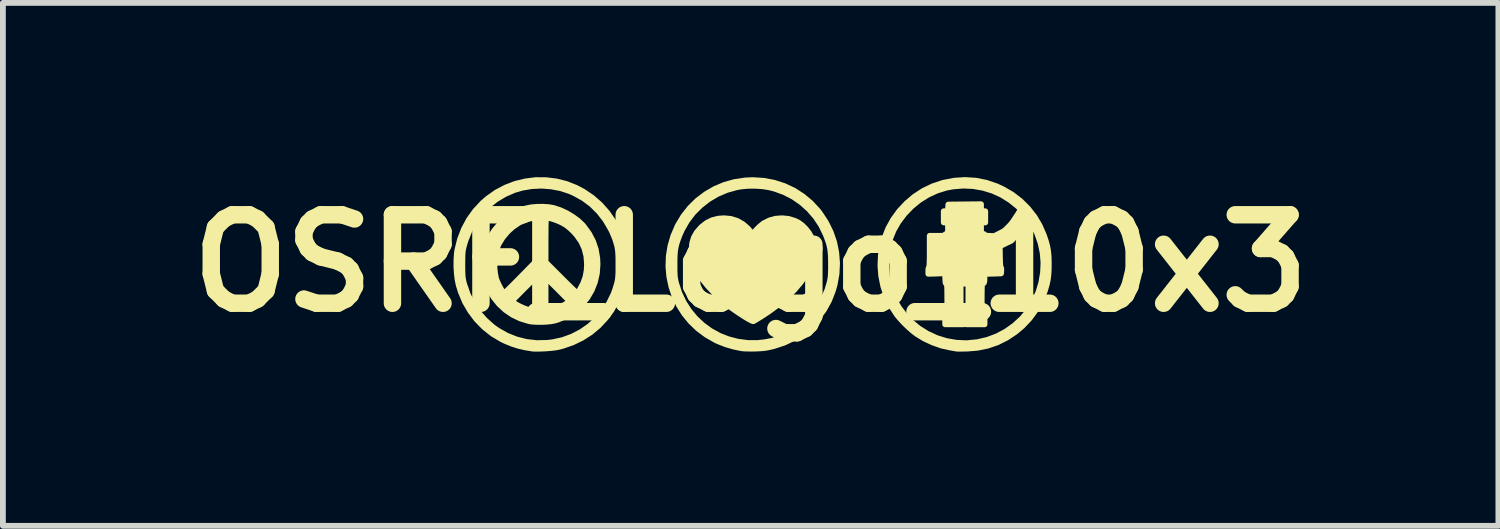
<source format=kicad_pcb>
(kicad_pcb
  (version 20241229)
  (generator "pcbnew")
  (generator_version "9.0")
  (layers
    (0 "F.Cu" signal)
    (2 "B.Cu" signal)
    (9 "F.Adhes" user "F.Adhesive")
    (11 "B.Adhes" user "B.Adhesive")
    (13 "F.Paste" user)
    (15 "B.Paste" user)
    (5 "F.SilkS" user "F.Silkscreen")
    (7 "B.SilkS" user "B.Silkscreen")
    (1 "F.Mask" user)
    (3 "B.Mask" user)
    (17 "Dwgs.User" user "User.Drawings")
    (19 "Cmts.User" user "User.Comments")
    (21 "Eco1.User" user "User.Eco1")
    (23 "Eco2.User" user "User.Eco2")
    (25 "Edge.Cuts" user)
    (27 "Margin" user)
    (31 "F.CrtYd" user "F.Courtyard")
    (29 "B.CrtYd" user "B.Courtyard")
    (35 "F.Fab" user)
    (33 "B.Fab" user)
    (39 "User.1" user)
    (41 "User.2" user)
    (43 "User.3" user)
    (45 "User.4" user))
  (footprint "OSRF_Logo_10x3"
    (layer "F.Cu")
    (at 9.877 1.483)
    (property "Reference" "OSRF_Logo_10x3" (at 0 0 0) (layer "F.SilkS") (effects (font (size 1.524 1.524) (thickness 0.3))))
    (attr through_hole)
    (fp_poly (pts (xy 1.086 -0.266) (xy 1.086 -0.174) (xy 1.075 -0.092) (xy 1.052 -0.009) (xy 1.023 0.063) (xy 0.955 0.194) (xy 0.863 0.327) (xy 0.751 0.459) (xy 0.618 0.59) (xy 0.467 0.717) (xy 0.299 0.84) (xy 0.182 0.917) (xy 0.133 0.947) (xy 0.09 0.973) (xy 0.06 0.991) (xy 0.045 0.998) (xy 0.03 0.994) (xy -0.002 0.979) (xy -0.044 0.956) (xy -0.094 0.926) (xy -0.1 0.922) (xy -0.227 0.84) (xy -0.336 0.763) (xy -0.435 0.686) (xy -0.529 0.605) (xy -0.617 0.52) (xy -0.74 0.388) (xy -0.84 0.261) (xy -0.917 0.136) (xy -0.972 0.014) (xy -1.005 -0.107) (xy -1.016 -0.228) (xy -1.016 -0.233) (xy -1.007 -0.343) (xy -0.978 -0.441) (xy -0.928 -0.53) (xy -0.855 -0.614) (xy -0.844 -0.625) (xy -0.756 -0.694) (xy -0.661 -0.741) (xy -0.557 -0.767) (xy -0.459 -0.774) (xy -0.342 -0.763) (xy -0.233 -0.729) (xy -0.134 -0.673) (xy -0.046 -0.596) (xy 0.016 -0.52) (xy 0.032 -0.5) (xy 0.041 -0.499) (xy 0.051 -0.514) (xy 0.077 -0.55) (xy 0.117 -0.593) (xy 0.162 -0.637) (xy 0.208 -0.674) (xy 0.231 -0.69) (xy 0.327 -0.738) (xy 0.432 -0.766) (xy 0.542 -0.774) (xy 0.652 -0.763) (xy 0.758 -0.731) (xy 0.825 -0.698) (xy 0.886 -0.653) (xy 0.947 -0.593) (xy 1.001 -0.524) (xy 1.042 -0.453) (xy 1.043 -0.451) (xy 1.065 -0.4) (xy 1.077 -0.354) (xy 1.084 -0.301) (xy 1.086 -0.266)) (stroke (width 0.1) (type solid)) (fill yes) (layer "F.SilkS"))
    (fp_poly (pts (xy 5.134 0.012) (xy 5.133 0.116) (xy 5.127 0.204) (xy 5.117 0.283) (xy 5.1 0.361) (xy 5.076 0.445) (xy 5.067 0.474) (xy 5.043 0.535) (xy 5.043 -0.009) (xy 5.029 -0.181) (xy 4.993 -0.349) (xy 4.936 -0.512) (xy 4.918 -0.55) (xy 4.83 -0.709) (xy 4.725 -0.852) (xy 4.604 -0.979) (xy 4.47 -1.087) (xy 4.324 -1.178) (xy 4.168 -1.249) (xy 4.004 -1.299) (xy 3.834 -1.329) (xy 3.659 -1.337) (xy 3.481 -1.322) (xy 3.369 -1.301) (xy 3.207 -1.251) (xy 3.051 -1.179) (xy 2.904 -1.087) (xy 2.769 -0.977) (xy 2.648 -0.851) (xy 2.542 -0.71) (xy 2.463 -0.572) (xy 2.404 -0.428) (xy 2.362 -0.272) (xy 2.338 -0.109) (xy 2.333 0.058) (xy 2.346 0.223) (xy 2.378 0.383) (xy 2.4 0.457) (xy 2.468 0.619) (xy 2.557 0.772) (xy 2.666 0.913) (xy 2.754 1.005) (xy 2.891 1.12) (xy 3.041 1.214) (xy 3.201 1.288) (xy 3.368 1.34) (xy 3.542 1.37) (xy 3.719 1.378) (xy 3.898 1.361) (xy 3.906 1.36) (xy 4.078 1.32) (xy 4.244 1.258) (xy 4.4 1.175) (xy 4.544 1.072) (xy 4.675 0.952) (xy 4.788 0.816) (xy 4.794 0.807) (xy 4.885 0.659) (xy 4.956 0.5) (xy 5.006 0.335) (xy 5.035 0.164) (xy 5.043 -0.009) (xy 5.043 0.535) (xy 5 0.643) (xy 4.911 0.802) (xy 4.803 0.95) (xy 4.677 1.083) (xy 4.562 1.18) (xy 4.407 1.283) (xy 4.247 1.363) (xy 4.08 1.42) (xy 3.905 1.456) (xy 3.731 1.47) (xy 3.669 1.471) (xy 3.614 1.472) (xy 3.571 1.472) (xy 3.547 1.471) (xy 3.544 1.47) (xy 3.524 1.466) (xy 3.487 1.46) (xy 3.441 1.452) (xy 3.435 1.451) (xy 3.288 1.418) (xy 3.137 1.365) (xy 2.991 1.297) (xy 2.866 1.221) (xy 2.798 1.17) (xy 2.723 1.104) (xy 2.647 1.031) (xy 2.577 0.956) (xy 2.519 0.886) (xy 2.517 0.883) (xy 2.419 0.731) (xy 2.341 0.569) (xy 2.285 0.398) (xy 2.249 0.221) (xy 2.235 0.041) (xy 2.243 -0.14) (xy 2.274 -0.32) (xy 2.305 -0.432) (xy 2.371 -0.599) (xy 2.458 -0.756) (xy 2.564 -0.901) (xy 2.687 -1.032) (xy 2.824 -1.148) (xy 2.974 -1.246) (xy 3.136 -1.324) (xy 3.306 -1.381) (xy 3.319 -1.385) (xy 3.508 -1.421) (xy 3.694 -1.433) (xy 3.877 -1.421) (xy 4.057 -1.385) (xy 4.234 -1.325) (xy 4.342 -1.275) (xy 4.5 -1.183) (xy 4.645 -1.072) (xy 4.774 -0.944) (xy 4.886 -0.801) (xy 4.978 -0.646) (xy 5.05 -0.48) (xy 5.053 -0.472) (xy 5.085 -0.375) (xy 5.108 -0.29) (xy 5.122 -0.209) (xy 5.131 -0.123) (xy 5.134 -0.024) (xy 5.134 0.012)) (stroke (width 0.1) (type solid)) (fill yes) (layer "F.SilkS"))
    (fp_poly (pts (xy -2.165 -0.033) (xy -2.17 0.149) (xy -2.197 0.325) (xy -2.244 0.495) (xy -2.264 0.542) (xy -2.264 -0.001) (xy -2.265 -0.041) (xy -2.276 -0.178) (xy -2.298 -0.3) (xy -2.333 -0.418) (xy -2.383 -0.538) (xy -2.407 -0.587) (xy -2.5 -0.746) (xy -2.61 -0.888) (xy -2.736 -1.013) (xy -2.878 -1.119) (xy -3.037 -1.207) (xy -3.113 -1.241) (xy -3.268 -1.292) (xy -3.433 -1.323) (xy -3.603 -1.336) (xy -3.772 -1.328) (xy -3.937 -1.3) (xy -4.068 -1.262) (xy -4.234 -1.19) (xy -4.388 -1.098) (xy -4.527 -0.987) (xy -4.65 -0.86) (xy -4.756 -0.718) (xy -4.843 -0.562) (xy -4.911 -0.393) (xy -4.936 -0.308) (xy -4.947 -0.266) (xy -4.955 -0.227) (xy -4.96 -0.186) (xy -4.963 -0.138) (xy -4.964 -0.077) (xy -4.965 0.001) (xy -4.965 0.024) (xy -4.965 0.106) (xy -4.963 0.168) (xy -4.961 0.217) (xy -4.956 0.258) (xy -4.95 0.296) (xy -4.94 0.337) (xy -4.931 0.369) (xy -4.872 0.538) (xy -4.792 0.698) (xy -4.693 0.846) (xy -4.576 0.979) (xy -4.444 1.097) (xy -4.358 1.158) (xy -4.2 1.247) (xy -4.034 1.313) (xy -3.862 1.356) (xy -3.685 1.376) (xy -3.503 1.372) (xy -3.408 1.361) (xy -3.235 1.323) (xy -3.071 1.263) (xy -2.917 1.183) (xy -2.775 1.084) (xy -2.647 0.968) (xy -2.534 0.836) (xy -2.438 0.69) (xy -2.36 0.531) (xy -2.33 0.448) (xy -2.297 0.335) (xy -2.276 0.229) (xy -2.265 0.12) (xy -2.264 -0.001) (xy -2.264 0.542) (xy -2.312 0.656) (xy -2.397 0.808) (xy -2.501 0.948) (xy -2.62 1.076) (xy -2.755 1.189) (xy -2.905 1.285) (xy -3.067 1.364) (xy -3.241 1.424) (xy -3.332 1.446) (xy -3.38 1.453) (xy -3.442 1.46) (xy -3.513 1.466) (xy -3.585 1.47) (xy -3.654 1.472) (xy -3.713 1.472) (xy -3.755 1.47) (xy -3.762 1.469) (xy -3.789 1.464) (xy -3.831 1.457) (xy -3.877 1.45) (xy -3.985 1.426) (xy -4.102 1.389) (xy -4.218 1.342) (xy -4.285 1.31) (xy -4.444 1.215) (xy -4.588 1.101) (xy -4.716 0.97) (xy -4.827 0.823) (xy -4.92 0.663) (xy -4.992 0.49) (xy -5.027 0.377) (xy -5.047 0.282) (xy -5.06 0.172) (xy -5.067 0.054) (xy -5.066 -0.062) (xy -5.059 -0.168) (xy -5.051 -0.224) (xy -5.005 -0.41) (xy -4.938 -0.585) (xy -4.851 -0.748) (xy -4.744 -0.898) (xy -4.618 -1.034) (xy -4.529 -1.112) (xy -4.379 -1.218) (xy -4.218 -1.303) (xy -4.051 -1.367) (xy -3.877 -1.409) (xy -3.7 -1.431) (xy -3.523 -1.43) (xy -3.346 -1.408) (xy -3.172 -1.364) (xy -3.004 -1.297) (xy -2.887 -1.235) (xy -2.731 -1.13) (xy -2.592 -1.008) (xy -2.47 -0.871) (xy -2.367 -0.721) (xy -2.284 -0.559) (xy -2.222 -0.387) (xy -2.184 -0.217) (xy -2.165 -0.033)) (stroke (width 0.1) (type solid)) (fill yes) (layer "F.SilkS"))
    (fp_poly (pts (xy 1.488 -0.001) (xy 1.479 0.183) (xy 1.446 0.368) (xy 1.415 0.475) (xy 1.384 0.555) (xy 1.384 0.012) (xy 1.383 -0.087) (xy 1.379 -0.168) (xy 1.371 -0.238) (xy 1.359 -0.302) (xy 1.341 -0.366) (xy 1.315 -0.437) (xy 1.294 -0.492) (xy 1.218 -0.65) (xy 1.122 -0.796) (xy 1.008 -0.928) (xy 0.879 -1.044) (xy 0.735 -1.144) (xy 0.579 -1.224) (xy 0.412 -1.285) (xy 0.314 -1.309) (xy 0.204 -1.326) (xy 0.08 -1.334) (xy -0.047 -1.333) (xy -0.168 -1.322) (xy -0.242 -1.309) (xy -0.413 -1.261) (xy -0.575 -1.192) (xy -0.727 -1.102) (xy -0.864 -0.995) (xy -0.988 -0.872) (xy -1.094 -0.734) (xy -1.181 -0.582) (xy -1.222 -0.492) (xy -1.252 -0.413) (xy -1.275 -0.344) (xy -1.291 -0.281) (xy -1.302 -0.216) (xy -1.308 -0.143) (xy -1.311 -0.056) (xy -1.311 0.012) (xy -1.311 0.097) (xy -1.31 0.163) (xy -1.307 0.215) (xy -1.302 0.258) (xy -1.295 0.298) (xy -1.286 0.34) (xy -1.23 0.512) (xy -1.155 0.671) (xy -1.062 0.817) (xy -0.953 0.949) (xy -0.829 1.065) (xy -0.692 1.165) (xy -0.544 1.247) (xy -0.386 1.309) (xy -0.221 1.352) (xy -0.049 1.374) (xy 0.127 1.374) (xy 0.242 1.361) (xy 0.37 1.337) (xy 0.487 1.301) (xy 0.605 1.252) (xy 0.637 1.237) (xy 0.789 1.149) (xy 0.929 1.041) (xy 1.053 0.917) (xy 1.161 0.777) (xy 1.251 0.624) (xy 1.322 0.461) (xy 1.358 0.34) (xy 1.368 0.298) (xy 1.375 0.258) (xy 1.38 0.214) (xy 1.382 0.162) (xy 1.384 0.096) (xy 1.384 0.012) (xy 1.384 0.555) (xy 1.349 0.644) (xy 1.262 0.801) (xy 1.155 0.946) (xy 1.032 1.077) (xy 0.894 1.192) (xy 0.742 1.289) (xy 0.577 1.368) (xy 0.403 1.425) (xy 0.393 1.428) (xy 0.317 1.446) (xy 0.25 1.458) (xy 0.182 1.465) (xy 0.101 1.469) (xy 0.085 1.47) (xy 0.016 1.471) (xy -0.051 1.47) (xy -0.11 1.468) (xy -0.152 1.464) (xy -0.154 1.464) (xy -0.286 1.437) (xy -0.424 1.397) (xy -0.557 1.345) (xy -0.6 1.325) (xy -0.761 1.233) (xy -0.905 1.126) (xy -1.033 1.003) (xy -1.144 0.867) (xy -1.236 0.72) (xy -1.311 0.563) (xy -1.365 0.4) (xy -1.401 0.23) (xy -1.416 0.057) (xy -1.41 -0.118) (xy -1.382 -0.294) (xy -1.332 -0.467) (xy -1.259 -0.637) (xy -1.252 -0.652) (xy -1.156 -0.811) (xy -1.043 -0.954) (xy -0.914 -1.081) (xy -0.771 -1.189) (xy -0.616 -1.279) (xy -0.45 -1.349) (xy -0.275 -1.398) (xy -0.092 -1.425) (xy 0.036 -1.431) (xy 0.224 -1.419) (xy 0.405 -1.385) (xy 0.578 -1.329) (xy 0.742 -1.252) (xy 0.894 -1.154) (xy 1.034 -1.038) (xy 1.159 -0.903) (xy 1.192 -0.86) (xy 1.296 -0.702) (xy 1.378 -0.536) (xy 1.438 -0.362) (xy 1.474 -0.183) (xy 1.488 -0.001)) (stroke (width 0.1) (type solid)) (fill yes) (layer "F.SilkS"))
    (fp_poly (pts (xy -2.637 0.018) (xy -2.648 0.174) (xy -2.682 0.324) (xy -2.738 0.465) (xy -2.814 0.595) (xy -2.818 0.6) (xy -2.818 0.012) (xy -2.829 -0.126) (xy -2.862 -0.255) (xy -2.917 -0.375) (xy -2.996 -0.487) (xy -3.054 -0.551) (xy -3.117 -0.61) (xy -3.174 -0.655) (xy -3.236 -0.692) (xy -3.249 -0.699) (xy -3.307 -0.726) (xy -3.37 -0.75) (xy -3.432 -0.77) (xy -3.485 -0.782) (xy -3.517 -0.786) (xy -3.521 -0.781) (xy -3.525 -0.764) (xy -3.527 -0.734) (xy -3.529 -0.688) (xy -3.531 -0.625) (xy -3.531 -0.542) (xy -3.532 -0.437) (xy -3.532 -0.402) (xy -3.532 -0.018) (xy -3.263 0.251) (xy -3.197 0.317) (xy -3.136 0.377) (xy -3.083 0.429) (xy -3.039 0.471) (xy -3.008 0.502) (xy -2.99 0.518) (xy -2.987 0.52) (xy -2.978 0.511) (xy -2.961 0.486) (xy -2.94 0.454) (xy -2.882 0.344) (xy -2.844 0.236) (xy -2.823 0.121) (xy -2.818 0.012) (xy -2.818 0.6) (xy -2.91 0.713) (xy -3.002 0.798) (xy -3.068 0.845) (xy -3.115 0.872) (xy -3.115 0.654) (xy -3.323 0.445) (xy -3.532 0.236) (xy -3.532 0.529) (xy -3.532 0.822) (xy -3.505 0.822) (xy -3.478 0.819) (xy -3.438 0.811) (xy -3.411 0.805) (xy -3.36 0.788) (xy -3.301 0.763) (xy -3.24 0.734) (xy -3.185 0.705) (xy -3.146 0.679) (xy -3.145 0.678) (xy -3.115 0.654) (xy -3.115 0.872) (xy -3.148 0.892) (xy -3.235 0.935) (xy -3.318 0.97) (xy -3.369 0.986) (xy -3.434 0.999) (xy -3.514 1.007) (xy -3.602 1.011) (xy -3.689 1.01) (xy -3.713 1.009) (xy -3.713 0.822) (xy -3.713 0.535) (xy -3.713 0.248) (xy -3.713 -0.013) (xy -3.713 -0.401) (xy -3.713 -0.789) (xy -3.759 -0.78) (xy -3.881 -0.748) (xy -3.993 -0.697) (xy -4.098 -0.625) (xy -4.18 -0.551) (xy -4.271 -0.444) (xy -4.341 -0.329) (xy -4.389 -0.207) (xy -4.398 -0.174) (xy -4.409 -0.1) (xy -4.414 -0.013) (xy -4.412 0.079) (xy -4.403 0.168) (xy -4.389 0.246) (xy -4.38 0.278) (xy -4.363 0.32) (xy -4.341 0.368) (xy -4.316 0.417) (xy -4.291 0.461) (xy -4.269 0.496) (xy -4.252 0.517) (xy -4.246 0.52) (xy -4.236 0.512) (xy -4.21 0.488) (xy -4.172 0.451) (xy -4.124 0.404) (xy -4.067 0.347) (xy -4.004 0.283) (xy -3.975 0.254) (xy -3.713 -0.013) (xy -3.713 0.248) (xy -3.916 0.451) (xy -4.118 0.654) (xy -4.088 0.677) (xy -4.035 0.713) (xy -3.97 0.747) (xy -3.9 0.778) (xy -3.831 0.803) (xy -3.771 0.818) (xy -3.74 0.822) (xy -3.713 0.822) (xy -3.713 1.009) (xy -3.767 1.005) (xy -3.816 0.997) (xy -3.964 0.952) (xy -4.1 0.887) (xy -4.223 0.803) (xy -4.332 0.702) (xy -4.425 0.586) (xy -4.5 0.456) (xy -4.556 0.315) (xy -4.591 0.163) (xy -4.596 0.126) (xy -4.602 -0.022) (xy -4.586 -0.166) (xy -4.548 -0.306) (xy -4.491 -0.438) (xy -4.415 -0.561) (xy -4.322 -0.672) (xy -4.214 -0.769) (xy -4.093 -0.851) (xy -3.958 -0.914) (xy -3.864 -0.945) (xy -3.779 -0.962) (xy -3.681 -0.971) (xy -3.579 -0.972) (xy -3.482 -0.966) (xy -3.398 -0.952) (xy -3.393 -0.95) (xy -3.282 -0.914) (xy -3.17 -0.862) (xy -3.063 -0.798) (xy -2.967 -0.727) (xy -2.888 -0.651) (xy -2.877 -0.637) (xy -2.784 -0.51) (xy -2.714 -0.376) (xy -2.667 -0.236) (xy -2.642 -0.087) (xy -2.637 0.018)) (stroke (width 0.1) (type solid)) (fill yes) (layer "F.SilkS"))
    (fp_poly (pts (xy 4.316 0.112) (xy 4.316 0.124) (xy 4.312 0.175) (xy 4.2 0.179) (xy 4.088 0.182) (xy 4.088 0.127) (xy 4.091 0.095) (xy 4.097 0.075) (xy 4.1 0.073) (xy 4.105 0.061) (xy 4.109 0.028) (xy 4.112 -0.025) (xy 4.112 -0.085) (xy 4.112 -0.242) (xy 4.07 -0.242) (xy 4.028 -0.242) (xy 4.028 0.05) (xy 4.028 0.141) (xy 4.027 0.211) (xy 4.026 0.263) (xy 4.025 0.299) (xy 4.022 0.322) (xy 4.018 0.336) (xy 4.012 0.343) (xy 4.005 0.347) (xy 4.004 0.347) (xy 3.996 0.35) (xy 3.99 0.357) (xy 3.985 0.37) (xy 3.982 0.393) (xy 3.981 0.428) (xy 3.98 0.479) (xy 3.979 0.549) (xy 3.979 0.618) (xy 3.979 0.705) (xy 3.98 0.77) (xy 3.981 0.817) (xy 3.983 0.849) (xy 3.986 0.868) (xy 3.99 0.878) (xy 3.997 0.882) (xy 4.004 0.883) (xy 4.016 0.885) (xy 4.024 0.896) (xy 4.027 0.919) (xy 4.028 0.961) (xy 4.028 0.968) (xy 4.028 1.052) (xy 3.87 1.052) (xy 3.713 1.052) (xy 3.713 0.968) (xy 3.714 0.922) (xy 3.718 0.895) (xy 3.726 0.884) (xy 3.731 0.883) (xy 3.737 0.88) (xy 3.742 0.87) (xy 3.745 0.849) (xy 3.747 0.815) (xy 3.749 0.765) (xy 3.749 0.695) (xy 3.75 0.617) (xy 3.75 0.351) (xy 3.683 0.351) (xy 3.616 0.351) (xy 3.616 0.617) (xy 3.617 0.704) (xy 3.617 0.769) (xy 3.618 0.816) (xy 3.62 0.848) (xy 3.623 0.868) (xy 3.627 0.878) (xy 3.634 0.882) (xy 3.641 0.883) (xy 3.653 0.885) (xy 3.661 0.896) (xy 3.664 0.919) (xy 3.665 0.961) (xy 3.665 0.968) (xy 3.665 1.052) (xy 3.508 1.052) (xy 3.35 1.052) (xy 3.35 0.968) (xy 3.351 0.922) (xy 3.355 0.895) (xy 3.363 0.884) (xy 3.369 0.883) (xy 3.375 0.88) (xy 3.379 0.87) (xy 3.382 0.849) (xy 3.385 0.815) (xy 3.386 0.765) (xy 3.387 0.695) (xy 3.387 0.617) (xy 3.386 0.529) (xy 3.386 0.462) (xy 3.384 0.414) (xy 3.382 0.382) (xy 3.379 0.362) (xy 3.374 0.353) (xy 3.369 0.351) (xy 3.363 0.348) (xy 3.358 0.338) (xy 3.355 0.318) (xy 3.353 0.285) (xy 3.351 0.237) (xy 3.351 0.171) (xy 3.35 0.084) (xy 3.35 0.054) (xy 3.35 -0.242) (xy 3.308 -0.242) (xy 3.266 -0.242) (xy 3.266 -0.085) (xy 3.267 -0.012) (xy 3.27 0.039) (xy 3.274 0.067) (xy 3.279 0.073) (xy 3.286 0.084) (xy 3.288 0.113) (xy 3.288 0.124) (xy 3.284 0.175) (xy 3.172 0.179) (xy 3.06 0.182) (xy 3.06 0.127) (xy 3.062 0.095) (xy 3.069 0.075) (xy 3.072 0.073) (xy 3.076 0.061) (xy 3.08 0.026) (xy 3.082 -0.031) (xy 3.084 -0.108) (xy 3.084 -0.2) (xy 3.084 -0.472) (xy 3.217 -0.472) (xy 3.277 -0.472) (xy 3.316 -0.474) (xy 3.339 -0.478) (xy 3.349 -0.484) (xy 3.35 -0.49) (xy 3.355 -0.499) (xy 3.371 -0.504) (xy 3.403 -0.507) (xy 3.453 -0.508) (xy 3.505 -0.509) (xy 3.536 -0.512) (xy 3.552 -0.517) (xy 3.556 -0.526) (xy 3.551 -0.536) (xy 3.532 -0.542) (xy 3.495 -0.544) (xy 3.477 -0.544) (xy 3.399 -0.544) (xy 3.399 -0.623) (xy 3.399 -0.702) (xy 3.362 -0.702) (xy 3.326 -0.702) (xy 3.326 -0.798) (xy 3.326 -0.895) (xy 3.362 -0.895) (xy 3.383 -0.897) (xy 3.394 -0.906) (xy 3.399 -0.93) (xy 3.401 -0.953) (xy 3.405 -1.01) (xy 3.686 -1.013) (xy 3.967 -1.016) (xy 3.967 -0.956) (xy 3.968 -0.92) (xy 3.973 -0.902) (xy 3.985 -0.896) (xy 4.004 -0.895) (xy 4.04 -0.895) (xy 4.04 -0.798) (xy 4.04 -0.702) (xy 4.004 -0.702) (xy 3.967 -0.702) (xy 3.967 -0.623) (xy 3.967 -0.544) (xy 3.889 -0.544) (xy 3.845 -0.543) (xy 3.82 -0.539) (xy 3.811 -0.53) (xy 3.81 -0.526) (xy 3.814 -0.517) (xy 3.83 -0.512) (xy 3.861 -0.509) (xy 3.911 -0.508) (xy 3.919 -0.508) (xy 3.972 -0.507) (xy 4.005 -0.505) (xy 4.023 -0.499) (xy 4.028 -0.491) (xy 4.028 -0.49) (xy 4.032 -0.482) (xy 4.048 -0.476) (xy 4.079 -0.473) (xy 4.129 -0.47) (xy 4.158 -0.469) (xy 4.288 -0.466) (xy 4.291 -0.197) (xy 4.293 -0.098) (xy 4.295 -0.021) (xy 4.299 0.034) (xy 4.303 0.065) (xy 4.307 0.073) (xy 4.314 0.083) (xy 4.316 0.112)) (stroke (width 0.1) (type solid)) (fill yes) (layer "F.SilkS")))
  (gr_rect
    (start -3 -3)
    (end 22.754 6.005)
    (stroke (width 0.1) (type default))
    (fill no)
    (layer "Edge.Cuts")))
</source>
